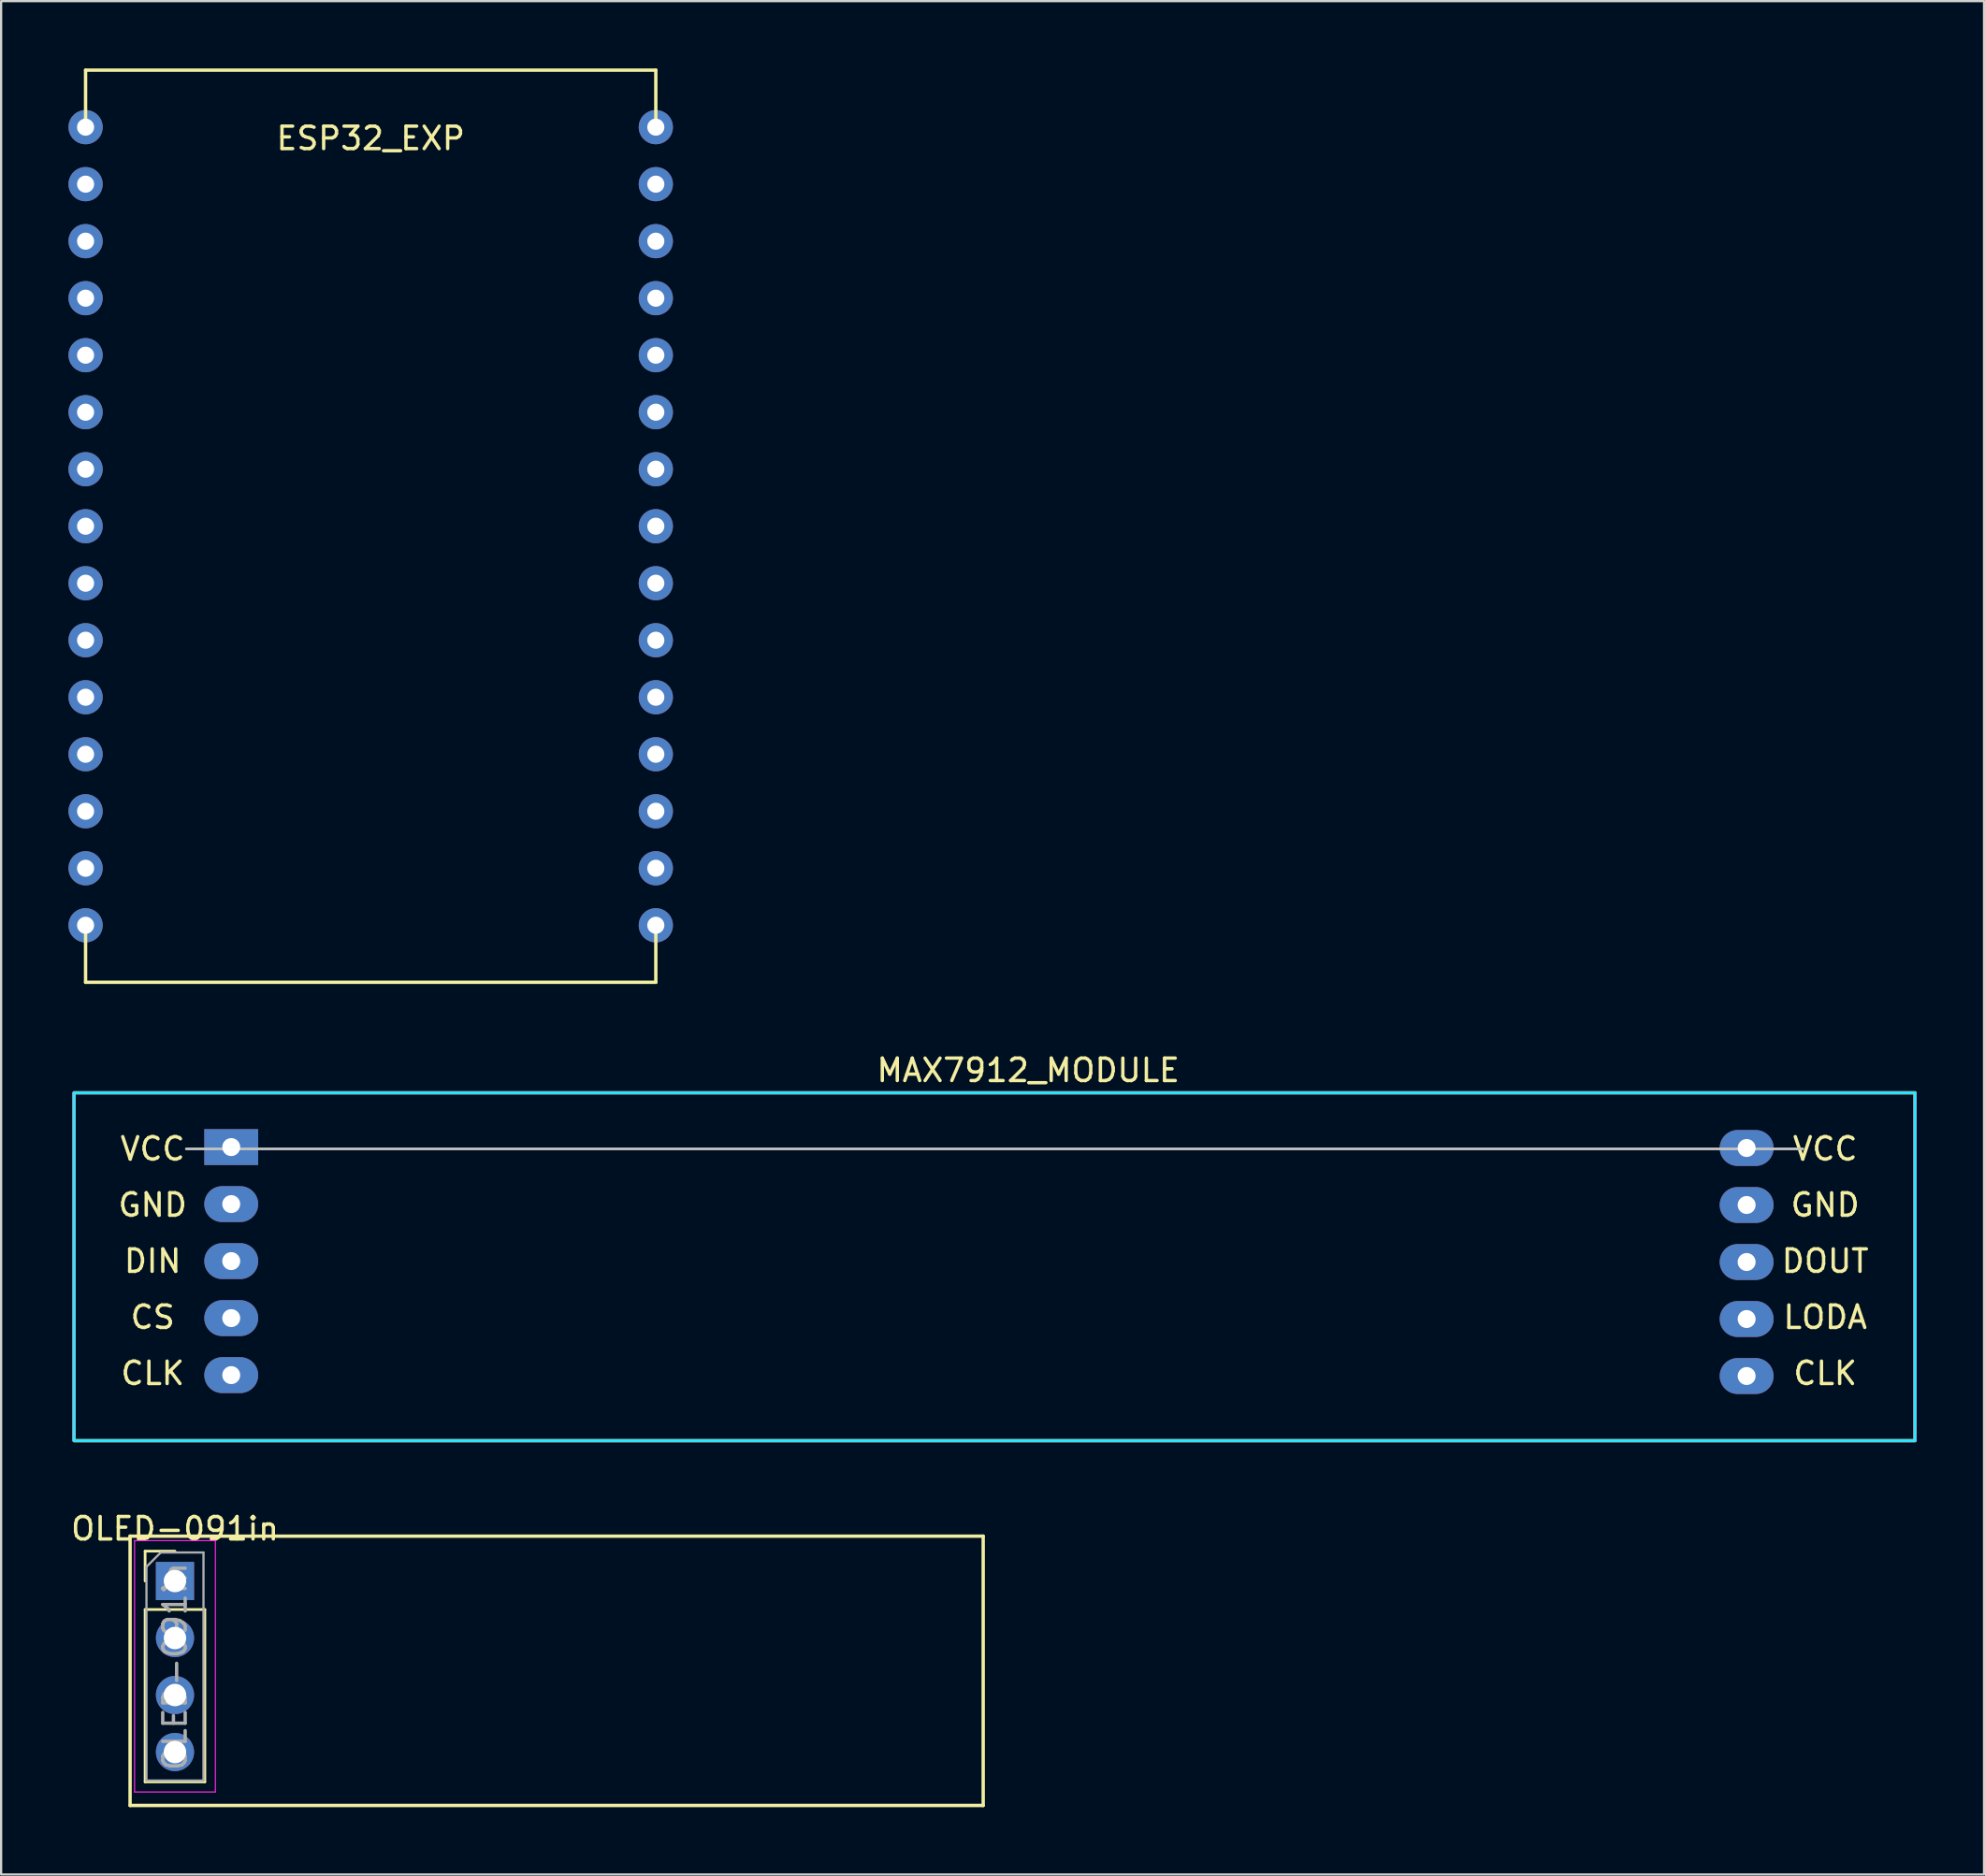
<source format=kicad_pcb>
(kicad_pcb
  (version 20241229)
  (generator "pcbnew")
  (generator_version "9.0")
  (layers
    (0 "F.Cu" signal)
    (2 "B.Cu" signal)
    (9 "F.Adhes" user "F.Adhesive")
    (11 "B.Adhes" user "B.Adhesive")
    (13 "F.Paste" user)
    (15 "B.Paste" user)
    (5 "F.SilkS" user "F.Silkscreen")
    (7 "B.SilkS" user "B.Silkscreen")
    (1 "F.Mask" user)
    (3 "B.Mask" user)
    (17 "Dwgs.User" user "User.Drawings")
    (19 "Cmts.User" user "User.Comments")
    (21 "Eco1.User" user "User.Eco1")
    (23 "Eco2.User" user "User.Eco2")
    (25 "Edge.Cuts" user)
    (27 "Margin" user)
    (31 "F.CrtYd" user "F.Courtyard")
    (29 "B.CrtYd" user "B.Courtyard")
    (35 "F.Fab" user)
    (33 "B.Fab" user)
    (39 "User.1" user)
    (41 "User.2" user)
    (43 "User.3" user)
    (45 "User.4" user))
  (footprint "ESP32_EXP"
    (layer "F.Cu")
    (at 13.462 2.615)
    (property "Reference" "ESP32_EXP" (at 0 0.5 0) (layer "F.SilkS") (effects (font (size 1 1) (thickness 0.15))))
    (attr through_hole)
    (fp_line (start -12.7 -2.54) (end -12.7 0) (stroke (width 0.15) (type solid)) (layer "F.SilkS"))
    (fp_line (start -12.7 -2.54) (end 12.7 -2.54) (stroke (width 0.15) (type solid)) (layer "F.SilkS"))
    (fp_line (start -12.7 35.56) (end -12.7 38.1) (stroke (width 0.15) (type solid)) (layer "F.SilkS"))
    (fp_line (start -12.7 38.1) (end 12.7 38.1) (stroke (width 0.15) (type solid)) (layer "F.SilkS"))
    (fp_line (start 12.7 -2.54) (end 12.7 0) (stroke (width 0.15) (type solid)) (layer "F.SilkS"))
    (fp_line (start 12.7 38.1) (end 12.7 35.56) (stroke (width 0.15) (type solid)) (layer "F.SilkS"))
    (pad "1" thru_hole circle (at -12.7 0) (size 1.524 1.524) (drill 0.762) (layers "*.Cu" "*.Mask"))
    (pad "2" thru_hole circle (at -12.7 2.54) (size 1.524 1.524) (drill 0.762) (layers "*.Cu" "*.Mask"))
    (pad "3" thru_hole circle (at -12.7 5.08) (size 1.524 1.524) (drill 0.762) (layers "*.Cu" "*.Mask"))
    (pad "4" thru_hole circle (at -12.7 7.62) (size 1.524 1.524) (drill 0.762) (layers "*.Cu" "*.Mask"))
    (pad "5" thru_hole circle (at -12.7 10.16) (size 1.524 1.524) (drill 0.762) (layers "*.Cu" "*.Mask"))
    (pad "6" thru_hole circle (at -12.7 12.7) (size 1.524 1.524) (drill 0.762) (layers "*.Cu" "*.Mask"))
    (pad "7" thru_hole circle (at -12.7 15.24) (size 1.524 1.524) (drill 0.762) (layers "*.Cu" "*.Mask"))
    (pad "8" thru_hole circle (at -12.7 17.78) (size 1.524 1.524) (drill 0.762) (layers "*.Cu" "*.Mask"))
    (pad "9" thru_hole circle (at -12.7 20.32) (size 1.524 1.524) (drill 0.762) (layers "*.Cu" "*.Mask"))
    (pad "10" thru_hole circle (at -12.7 22.86) (size 1.524 1.524) (drill 0.762) (layers "*.Cu" "*.Mask"))
    (pad "11" thru_hole circle (at -12.7 25.4) (size 1.524 1.524) (drill 0.762) (layers "*.Cu" "*.Mask"))
    (pad "12" thru_hole circle (at -12.7 27.94) (size 1.524 1.524) (drill 0.762) (layers "*.Cu" "*.Mask"))
    (pad "13" thru_hole circle (at -12.7 30.48) (size 1.524 1.524) (drill 0.762) (layers "*.Cu" "*.Mask"))
    (pad "14" thru_hole circle (at -12.7 33.02) (size 1.524 1.524) (drill 0.762) (layers "*.Cu" "*.Mask"))
    (pad "15" thru_hole circle (at -12.7 35.56) (size 1.524 1.524) (drill 0.762) (layers "*.Cu" "*.Mask"))
    (pad "16" thru_hole circle (at 12.7 35.56) (size 1.524 1.524) (drill 0.762) (layers "*.Cu" "*.Mask"))
    (pad "17" thru_hole circle (at 12.7 33.02) (size 1.524 1.524) (drill 0.762) (layers "*.Cu" "*.Mask"))
    (pad "18" thru_hole circle (at 12.7 30.48) (size 1.524 1.524) (drill 0.762) (layers "*.Cu" "*.Mask"))
    (pad "19" thru_hole circle (at 12.7 27.94) (size 1.524 1.524) (drill 0.762) (layers "*.Cu" "*.Mask"))
    (pad "20" thru_hole circle (at 12.7 25.4) (size 1.524 1.524) (drill 0.762) (layers "*.Cu" "*.Mask"))
    (pad "21" thru_hole circle (at 12.7 22.86) (size 1.524 1.524) (drill 0.762) (layers "*.Cu" "*.Mask"))
    (pad "22" thru_hole circle (at 12.7 20.32) (size 1.524 1.524) (drill 0.762) (layers "*.Cu" "*.Mask"))
    (pad "23" thru_hole circle (at 12.7 17.78) (size 1.524 1.524) (drill 0.762) (layers "*.Cu" "*.Mask"))
    (pad "24" thru_hole circle (at 12.7 15.24) (size 1.524 1.524) (drill 0.762) (layers "*.Cu" "*.Mask"))
    (pad "25" thru_hole circle (at 12.7 12.7) (size 1.524 1.524) (drill 0.762) (layers "*.Cu" "*.Mask"))
    (pad "26" thru_hole circle (at 12.7 10.16) (size 1.524 1.524) (drill 0.762) (layers "*.Cu" "*.Mask"))
    (pad "27" thru_hole circle (at 12.7 7.62) (size 1.524 1.524) (drill 0.762) (layers "*.Cu" "*.Mask"))
    (pad "28" thru_hole circle (at 12.7 5.08) (size 1.524 1.524) (drill 0.762) (layers "*.Cu" "*.Mask"))
    (pad "29" thru_hole circle (at 12.7 2.54) (size 1.524 1.524) (drill 0.762) (layers "*.Cu" "*.Mask"))
    (pad "30" thru_hole circle (at 12.7 0) (size 1.524 1.524) (drill 0.762) (layers "*.Cu" "*.Mask")))
  (footprint "MAX7912_MODULE"
    (layer "F.Cu")
    (at 0.25 45.638)
    (property "Reference" "MAX7912_MODULE" (at 42.5 -1 0) (layer "F.SilkS") (effects (font (size 1 1) (thickness 0.15))))
    (attr through_hole)
    (fp_rect (start 0 0) (end 82 15.5) (stroke (width 0.15) (type solid)) (fill no) (layer "F.SilkS"))
    (fp_line (start 5 2.5) (end 77 2.5) (stroke (width 0.12) (type solid)) (layer "Dwgs.User"))
    (fp_rect (start 0 0) (end 82 15.5) (stroke (width 0.12) (type solid)) (fill no) (layer "B.CrtYd"))
    (fp_rect (start 0 0) (end 82 15.5) (stroke (width 0.12) (type solid)) (fill no) (layer "F.CrtYd"))
    (fp_text user "CLK" (at 78 12.5 0) (unlocked yes) (layer "F.SilkS") (effects (font (size 1 1) (thickness 0.15))))
    (fp_text user "CLK" (at 3.5 12.5 0) (unlocked yes) (layer "F.SilkS") (effects (font (size 1 1) (thickness 0.15))))
    (fp_text user "VCC" (at 78 2.5 0) (unlocked yes) (layer "F.SilkS") (effects (font (size 1 1) (thickness 0.15))))
    (fp_text user "DIN" (at 3.5 7.5 0) (unlocked yes) (layer "F.SilkS") (effects (font (size 1 1) (thickness 0.15))))
    (fp_text user "GND" (at 3.5 5 0) (unlocked yes) (layer "F.SilkS") (effects (font (size 1 1) (thickness 0.15))))
    (fp_text user "GND" (at 78 5 0) (unlocked yes) (layer "F.SilkS") (effects (font (size 1 1) (thickness 0.15))))
    (fp_text user "DOUT" (at 78 7.5 0) (unlocked yes) (layer "F.SilkS") (effects (font (size 1 1) (thickness 0.15))))
    (fp_text user "LODA" (at 78 10 0) (unlocked yes) (layer "F.SilkS") (effects (font (size 1 1) (thickness 0.15))))
    (fp_text user "CS" (at 3.5 10 0) (unlocked yes) (layer "F.SilkS") (effects (font (size 1 1) (thickness 0.15))))
    (fp_text user "VCC" (at 3.5 2.5 0) (unlocked yes) (layer "F.SilkS") (effects (font (size 1 1) (thickness 0.15))))
    (pad "1" thru_hole rect (at 7 2.42) (size 2.4 1.6) (drill 0.8) (layers "*.Cu" "*.Mask"))
    (pad "2" thru_hole oval (at 7 4.96) (size 2.4 1.6) (drill 0.8) (layers "*.Cu" "*.Mask"))
    (pad "3" thru_hole oval (at 7 7.5) (size 2.4 1.6) (drill 0.8) (layers "*.Cu" "*.Mask"))
    (pad "4" thru_hole oval (at 7 10.04) (size 2.4 1.6) (drill 0.8) (layers "*.Cu" "*.Mask"))
    (pad "5" thru_hole oval (at 7 12.58) (size 2.4 1.6) (drill 0.8) (layers "*.Cu" "*.Mask"))
    (pad "6" thru_hole oval (at 74.5 12.62) (size 2.4 1.6) (drill 0.8) (layers "*.Cu" "*.Mask"))
    (pad "7" thru_hole oval (at 74.5 10.08) (size 2.4 1.6) (drill 0.8) (layers "*.Cu" "*.Mask"))
    (pad "8" thru_hole oval (at 74.5 7.54) (size 2.4 1.6) (drill 0.8) (layers "*.Cu" "*.Mask"))
    (pad "9" thru_hole oval (at 74.5 5) (size 2.4 1.6) (drill 0.8) (layers "*.Cu" "*.Mask"))
    (pad "10" thru_hole oval (at 74.5 2.46) (size 2.4 1.6) (drill 0.8) (layers "*.Cu" "*.Mask")))
  (footprint "OLED-091in"
    (layer "F.Cu")
    (at 4.744 67.391)
    (property "Reference" "OLED-091in" (at 0 -2.33 0) (layer "F.SilkS") (effects (font (size 1 1) (thickness 0.15))))
    (attr through_hole)
    (fp_line (start -2 -2) (end 36 -2) (stroke (width 0.15) (type solid)) (layer "F.SilkS"))
    (fp_line (start -2 10) (end -2 -2) (stroke (width 0.15) (type solid)) (layer "F.SilkS"))
    (fp_line (start -1.33 -1.33) (end 0 -1.33) (stroke (width 0.12) (type solid)) (layer "F.SilkS"))
    (fp_line (start -1.33 0) (end -1.33 -1.33) (stroke (width 0.12) (type solid)) (layer "F.SilkS"))
    (fp_line (start -1.33 1.27) (end -1.33 8.95) (stroke (width 0.12) (type solid)) (layer "F.SilkS"))
    (fp_line (start -1.33 1.27) (end 1.33 1.27) (stroke (width 0.12) (type solid)) (layer "F.SilkS"))
    (fp_line (start -1.33 8.95) (end 1.33 8.95) (stroke (width 0.12) (type solid)) (layer "F.SilkS"))
    (fp_line (start 1.33 1.27) (end 1.33 8.95) (stroke (width 0.12) (type solid)) (layer "F.SilkS"))
    (fp_line (start 36 -2) (end 36 10) (stroke (width 0.15) (type solid)) (layer "F.SilkS"))
    (fp_line (start 36 10) (end -2 10) (stroke (width 0.15) (type solid)) (layer "F.SilkS"))
    (fp_line (start -1.8 -1.8) (end -1.8 9.4) (stroke (width 0.05) (type solid)) (layer "F.CrtYd"))
    (fp_line (start -1.8 9.4) (end 1.8 9.4) (stroke (width 0.05) (type solid)) (layer "F.CrtYd"))
    (fp_line (start 1.8 -1.8) (end -1.8 -1.8) (stroke (width 0.05) (type solid)) (layer "F.CrtYd"))
    (fp_line (start 1.8 9.4) (end 1.8 -1.8) (stroke (width 0.05) (type solid)) (layer "F.CrtYd"))
    (fp_line (start -1.27 -0.635) (end -0.635 -1.27) (stroke (width 0.1) (type solid)) (layer "F.Fab"))
    (fp_line (start -1.27 8.89) (end -1.27 -0.635) (stroke (width 0.1) (type solid)) (layer "F.Fab"))
    (fp_line (start -0.635 -1.27) (end 1.27 -1.27) (stroke (width 0.1) (type solid)) (layer "F.Fab"))
    (fp_line (start 1.27 -1.27) (end 1.27 8.89) (stroke (width 0.1) (type solid)) (layer "F.Fab"))
    (fp_line (start 1.27 8.89) (end -1.27 8.89) (stroke (width 0.1) (type solid)) (layer "F.Fab"))
    (fp_text user "${REFERENCE}" (at 0 3.81 90) (layer "F.Fab") (effects (font (size 1 1) (thickness 0.15))))
    (pad "1" thru_hole rect (at 0 0) (size 1.7 1.7) (drill 1) (layers "*.Cu" "*.Mask"))
    (pad "2" thru_hole oval (at 0 2.54) (size 1.7 1.7) (drill 1) (layers "*.Cu" "*.Mask"))
    (pad "3" thru_hole oval (at 0 5.08) (size 1.7 1.7) (drill 1) (layers "*.Cu" "*.Mask"))
    (pad "4" thru_hole oval (at 0 7.62) (size 1.7 1.7) (drill 1) (layers "*.Cu" "*.Mask")))
  (gr_rect
    (start -3 -3)
    (end 85.325 80.466)
    (stroke (width 0.1) (type default))
    (fill no)
    (layer "Edge.Cuts")))
</source>
